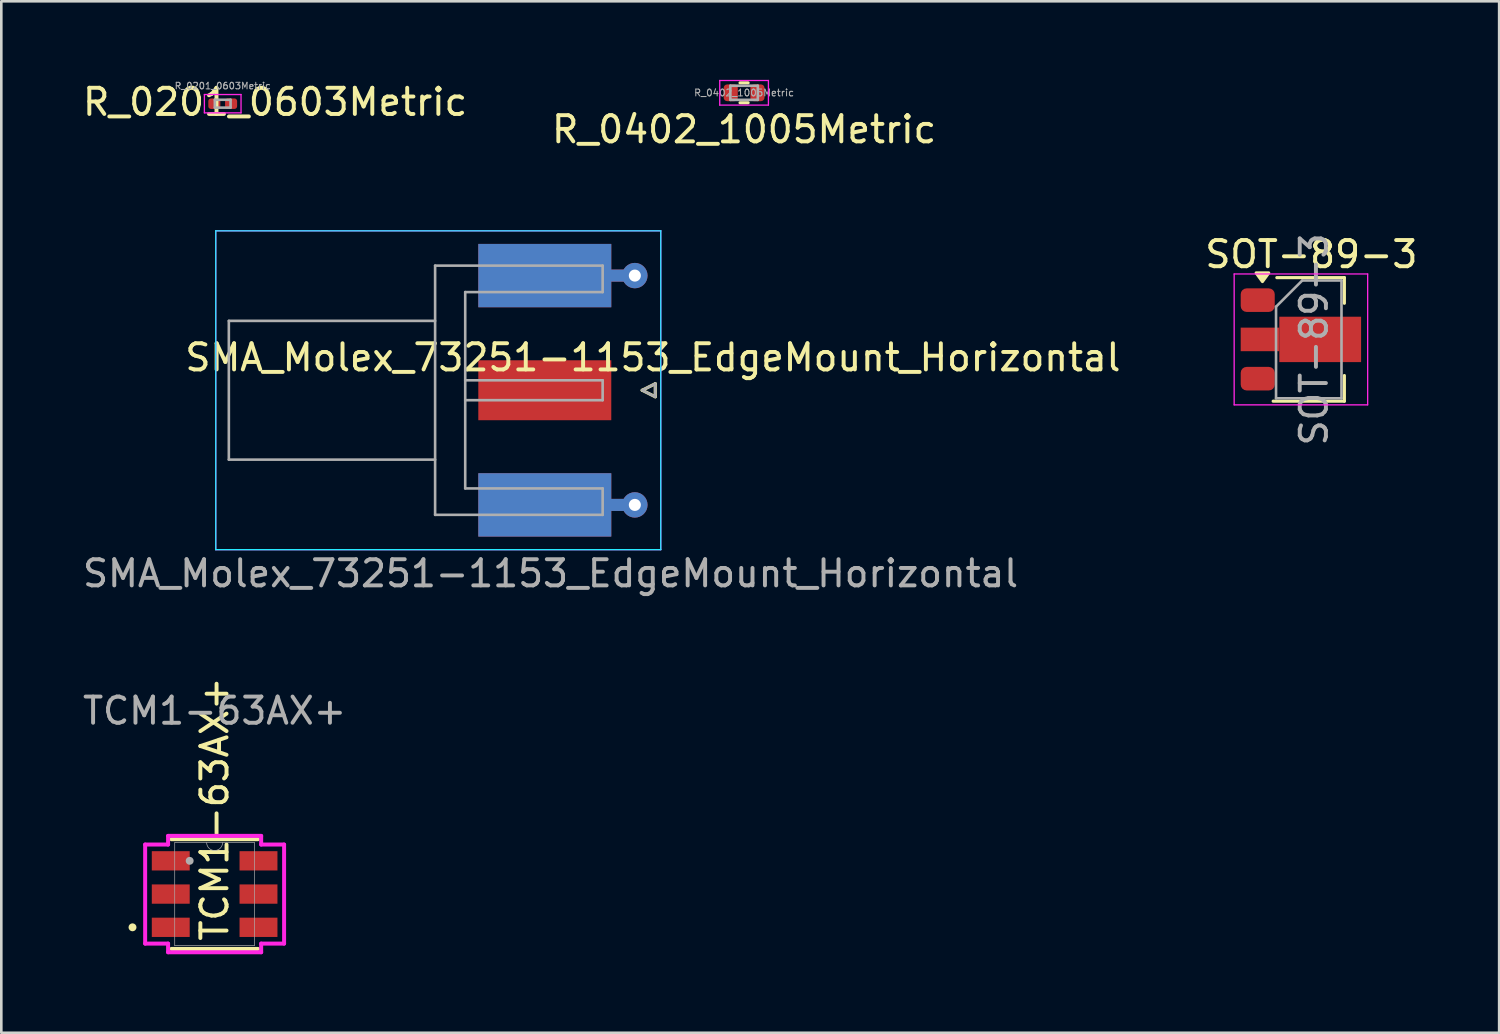
<source format=kicad_pcb>
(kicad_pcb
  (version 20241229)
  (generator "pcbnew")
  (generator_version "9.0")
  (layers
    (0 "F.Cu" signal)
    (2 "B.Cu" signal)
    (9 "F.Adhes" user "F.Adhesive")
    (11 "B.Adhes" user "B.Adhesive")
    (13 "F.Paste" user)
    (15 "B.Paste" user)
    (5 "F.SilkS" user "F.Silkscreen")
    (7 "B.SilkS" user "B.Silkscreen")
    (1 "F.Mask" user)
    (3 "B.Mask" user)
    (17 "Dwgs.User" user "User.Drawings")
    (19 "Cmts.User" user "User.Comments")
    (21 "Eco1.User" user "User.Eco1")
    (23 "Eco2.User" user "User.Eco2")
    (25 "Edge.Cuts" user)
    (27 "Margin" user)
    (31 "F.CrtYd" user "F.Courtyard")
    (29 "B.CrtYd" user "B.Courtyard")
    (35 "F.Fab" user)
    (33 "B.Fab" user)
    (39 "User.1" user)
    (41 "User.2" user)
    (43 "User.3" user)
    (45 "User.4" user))
  (footprint "R_0201_0603Metric"
    (layer "F.Cu")
    (at 5.458 0.911)
    (property "Reference" "R_0201_0603Metric" (at 2 -0.063 180) (layer "F.SilkS") (effects (font (size 1 1) (thickness 0.15))))
    (attr smd)
    (fp_line (start -0.7 -0.35) (end 0.7 -0.35) (stroke (width 0.05) (type solid)) (layer "F.CrtYd"))
    (fp_line (start -0.7 0.35) (end -0.7 -0.35) (stroke (width 0.05) (type solid)) (layer "F.CrtYd"))
    (fp_line (start 0.7 -0.35) (end 0.7 0.35) (stroke (width 0.05) (type solid)) (layer "F.CrtYd"))
    (fp_line (start 0.7 0.35) (end -0.7 0.35) (stroke (width 0.05) (type solid)) (layer "F.CrtYd"))
    (fp_line (start -0.3 -0.15) (end 0.3 -0.15) (stroke (width 0.1) (type solid)) (layer "F.Fab"))
    (fp_line (start -0.3 0.15) (end -0.3 -0.15) (stroke (width 0.1) (type solid)) (layer "F.Fab"))
    (fp_line (start 0.3 -0.15) (end 0.3 0.15) (stroke (width 0.1) (type solid)) (layer "F.Fab"))
    (fp_line (start 0.3 0.15) (end -0.3 0.15) (stroke (width 0.1) (type solid)) (layer "F.Fab"))
    (fp_text user "${REFERENCE}" (at 0 -0.68 180) (layer "F.Fab") (effects (font (size 0.25 0.25) (thickness 0.04))))
    (pad "" smd roundrect (at -0.345 0 180) (size 0.318 0.36) (layers "F.Paste") (roundrect_rratio 0.25))
    (pad "" smd roundrect (at 0.345 0 180) (size 0.318 0.36) (layers "F.Paste") (roundrect_rratio 0.25))
    (pad "1" smd roundrect (at -0.32 0 180) (size 0.46 0.4) (layers "F.Cu" "F.Mask") (roundrect_rratio 0.25))
    (pad "2" smd roundrect (at 0.32 0 180) (size 0.46 0.4) (layers "F.Cu" "F.Mask") (roundrect_rratio 0.25)))
  (footprint "R_0402_1005Metric"
    (layer "F.Cu")
    (at 25.375 0.495)
    (property "Reference" "R_0402_1005Metric" (at 0 1.4 180) (layer "F.SilkS") (effects (font (size 1 1) (thickness 0.15))))
    (attr smd)
    (fp_line (start -0.154 -0.38) (end 0.154 -0.38) (stroke (width 0.12) (type solid)) (layer "F.SilkS"))
    (fp_line (start -0.154 0.38) (end 0.154 0.38) (stroke (width 0.12) (type solid)) (layer "F.SilkS"))
    (fp_line (start -0.93 -0.47) (end 0.93 -0.47) (stroke (width 0.05) (type solid)) (layer "F.CrtYd"))
    (fp_line (start -0.93 0.47) (end -0.93 -0.47) (stroke (width 0.05) (type solid)) (layer "F.CrtYd"))
    (fp_line (start 0.93 -0.47) (end 0.93 0.47) (stroke (width 0.05) (type solid)) (layer "F.CrtYd"))
    (fp_line (start 0.93 0.47) (end -0.93 0.47) (stroke (width 0.05) (type solid)) (layer "F.CrtYd"))
    (fp_line (start -0.525 -0.27) (end 0.525 -0.27) (stroke (width 0.1) (type solid)) (layer "F.Fab"))
    (fp_line (start -0.525 0.27) (end -0.525 -0.27) (stroke (width 0.1) (type solid)) (layer "F.Fab"))
    (fp_line (start 0.525 -0.27) (end 0.525 0.27) (stroke (width 0.1) (type solid)) (layer "F.Fab"))
    (fp_line (start 0.525 0.27) (end -0.525 0.27) (stroke (width 0.1) (type solid)) (layer "F.Fab"))
    (fp_text user "${REFERENCE}" (at 0 0 180) (layer "F.Fab") (effects (font (size 0.26 0.26) (thickness 0.04))))
    (pad "1" smd roundrect (at -0.51 0 180) (size 0.54 0.64) (layers "F.Cu" "F.Mask" "F.Paste") (roundrect_rratio 0.25))
    (pad "2" smd roundrect (at 0.51 0 180) (size 0.54 0.64) (layers "F.Cu" "F.Mask" "F.Paste") (roundrect_rratio 0.25)))
  (footprint "SMA_Molex_73251-1153_EdgeMount_Horizontal"
    (layer "F.Cu")
    (at 19.482 11.858)
    (property "Reference" "SMA_Molex_73251-1153_EdgeMount_Horizontal" (at 2.41 -1.25 180) (layer "F.SilkS") (effects (font (size 1 1) (thickness 0.15))))
    (attr smd)
    (fp_line (start 2 0) (end 2.5 -0.25) (stroke (width 0.12) (type solid)) (layer "F.SilkS"))
    (fp_line (start 2.5 -0.25) (end 2.5 0.25) (stroke (width 0.12) (type solid)) (layer "F.SilkS"))
    (fp_line (start 2.5 0.25) (end 2 0) (stroke (width 0.12) (type solid)) (layer "F.SilkS"))
    (fp_line (start -14.29 -6.09) (end -14.29 6.09) (stroke (width 0.05) (type solid)) (layer "B.CrtYd"))
    (fp_line (start -14.29 -6.09) (end 2.71 -6.09) (stroke (width 0.05) (type solid)) (layer "B.CrtYd"))
    (fp_line (start -14.29 6.09) (end 2.71 6.09) (stroke (width 0.05) (type solid)) (layer "B.CrtYd"))
    (fp_line (start 2.71 -6.09) (end 2.71 6.09) (stroke (width 0.05) (type solid)) (layer "B.CrtYd"))
    (fp_line (start -14.29 -6.09) (end -14.29 6.09) (stroke (width 0.05) (type solid)) (layer "F.CrtYd"))
    (fp_line (start -14.29 6.09) (end 2.71 6.09) (stroke (width 0.05) (type solid)) (layer "F.CrtYd"))
    (fp_line (start 2.71 -6.09) (end -14.29 -6.09) (stroke (width 0.05) (type solid)) (layer "F.CrtYd"))
    (fp_line (start 2.71 -6.09) (end 2.71 6.09) (stroke (width 0.05) (type solid)) (layer "F.CrtYd"))
    (fp_line (start -13.79 -2.65) (end -13.79 2.65) (stroke (width 0.1) (type solid)) (layer "F.Fab"))
    (fp_line (start -13.79 -2.65) (end -5.91 -2.65) (stroke (width 0.1) (type solid)) (layer "F.Fab"))
    (fp_line (start -13.79 2.65) (end -5.91 2.65) (stroke (width 0.1) (type solid)) (layer "F.Fab"))
    (fp_line (start -5.91 -4.76) (end -5.91 4.76) (stroke (width 0.1) (type solid)) (layer "F.Fab"))
    (fp_line (start -5.91 4.76) (end 0.49 4.76) (stroke (width 0.1) (type solid)) (layer "F.Fab"))
    (fp_line (start -4.76 -3.75) (end -4.76 3.75) (stroke (width 0.1) (type solid)) (layer "F.Fab"))
    (fp_line (start -4.76 -3.75) (end 0.49 -3.75) (stroke (width 0.1) (type solid)) (layer "F.Fab"))
    (fp_line (start -4.76 -0.38) (end 0.49 -0.38) (stroke (width 0.1) (type solid)) (layer "F.Fab"))
    (fp_line (start -4.76 0.38) (end 0.49 0.38) (stroke (width 0.1) (type solid)) (layer "F.Fab"))
    (fp_line (start -4.76 3.75) (end 0.49 3.75) (stroke (width 0.1) (type solid)) (layer "F.Fab"))
    (fp_line (start 0.49 -4.76) (end -5.91 -4.76) (stroke (width 0.1) (type solid)) (layer "F.Fab"))
    (fp_line (start 0.49 -4.76) (end 0.49 -3.75) (stroke (width 0.1) (type solid)) (layer "F.Fab"))
    (fp_line (start 0.49 -0.38) (end 0.49 0.38) (stroke (width 0.1) (type solid)) (layer "F.Fab"))
    (fp_line (start 0.49 3.75) (end 0.49 4.76) (stroke (width 0.1) (type solid)) (layer "F.Fab"))
    (fp_line (start 2 0) (end 2.5 0.25) (stroke (width 0.1) (type solid)) (layer "F.Fab"))
    (fp_line (start 2.5 -0.25) (end 2 0) (stroke (width 0.1) (type solid)) (layer "F.Fab"))
    (fp_line (start 2.5 0.25) (end 2.5 -0.25) (stroke (width 0.1) (type solid)) (layer "F.Fab"))
    (fp_text user "${REFERENCE}" (at -1.5 7 180) (layer "F.Fab") (effects (font (size 1 1) (thickness 0.15))))
    (pad "1" smd rect (at -1.72 0) (size 5.08 2.29) (layers "F.Cu" "F.Mask" "F.Paste"))
    (pad "2" smd rect (at -1.72 -4.38) (size 5.08 2.42) (layers "F.Cu" "F.Mask" "F.Paste"))
    (pad "2" smd rect (at -1.72 -4.38) (size 5.08 2.42) (layers "B.Cu" "B.Mask" "B.Paste"))
    (pad "2" smd rect (at -1.72 4.38) (size 5.08 2.42) (layers "F.Cu" "F.Mask" "F.Paste"))
    (pad "2" smd rect (at -1.72 4.38) (size 5.08 2.42) (layers "B.Cu" "B.Mask" "B.Paste"))
    (pad "2" smd rect (at 1.27 -4.38) (size 0.95 0.46) (layers "F.Cu"))
    (pad "2" smd rect (at 1.27 -4.38) (size 0.95 0.46) (layers "B.Cu"))
    (pad "2" smd rect (at 1.27 4.38) (size 0.95 0.46) (layers "F.Cu"))
    (pad "2" smd rect (at 1.27 4.38) (size 0.95 0.46) (layers "B.Cu"))
    (pad "2" thru_hole circle (at 1.72 -4.38) (size 0.97 0.97) (drill 0.46) (layers "*.Cu"))
    (pad "2" thru_hole circle (at 1.72 4.38) (size 0.97 0.97) (drill 0.46) (layers "*.Cu")))
  (footprint "SOT-89-3"
    (layer "F.Cu")
    (at 46.947 9.916)
    (property "Reference" "SOT-89-3" (at 0.1 -3.25 180) (layer "F.SilkS") (effects (font (size 1 1) (thickness 0.15))))
    (attr smd)
    (fp_line (start -1.22 -2.36) (end 1.36 -2.36) (stroke (width 0.12) (type solid)) (layer "F.SilkS"))
    (fp_line (start 1.36 -1.38) (end 1.36 -2.36) (stroke (width 0.12) (type solid)) (layer "F.SilkS"))
    (fp_line (start 1.36 1.38) (end 1.36 2.36) (stroke (width 0.12) (type solid)) (layer "F.SilkS"))
    (fp_line (start 1.36 2.36) (end -1.36 2.36) (stroke (width 0.12) (type solid)) (layer "F.SilkS"))
    (fp_poly (pts (xy -1.77 -2.21) (xy -2.01 -2.54) (xy -1.53 -2.54) (xy -1.77 -2.21)) (stroke (width 0.12) (type solid)) (fill yes) (layer "F.SilkS"))
    (fp_line (start -2.85 2.5) (end -2.85 -2.5) (stroke (width 0.05) (type solid)) (layer "F.CrtYd"))
    (fp_line (start -2.85 2.5) (end 2.25 2.5) (stroke (width 0.05) (type solid)) (layer "F.CrtYd"))
    (fp_line (start 2.25 -2.5) (end -2.85 -2.5) (stroke (width 0.05) (type solid)) (layer "F.CrtYd"))
    (fp_line (start 2.25 -2.5) (end 2.25 2.5) (stroke (width 0.05) (type solid)) (layer "F.CrtYd"))
    (fp_line (start -1.25 -1.25) (end -0.25 -2.25) (stroke (width 0.1) (type solid)) (layer "F.Fab"))
    (fp_line (start -1.25 2.25) (end -1.25 -1.25) (stroke (width 0.1) (type solid)) (layer "F.Fab"))
    (fp_line (start -0.25 -2.25) (end 1.25 -2.25) (stroke (width 0.1) (type solid)) (layer "F.Fab"))
    (fp_line (start 1.25 -2.25) (end 1.25 2.25) (stroke (width 0.1) (type solid)) (layer "F.Fab"))
    (fp_line (start 1.25 2.25) (end -1.25 2.25) (stroke (width 0.1) (type solid)) (layer "F.Fab"))
    (fp_text user "${REFERENCE}" (at 0.2 0 90) (layer "F.Fab") (effects (font (size 1 1) (thickness 0.15))))
    (pad "1" smd roundrect (at -1.95 -1.5) (size 1.3 0.9) (layers "F.Cu" "F.Mask" "F.Paste") (roundrect_rratio 0.25))
    (pad "2" smd custom (at -1.863 0) (size 1.475 0.9) (layers "F.Cu" "F.Mask" "F.Paste") (options (anchor rect)) (primitives (gr_poly (pts (xy 3.862 0.867) (xy 0.738 0.867) (xy 0.738 -0.867) (xy 3.862 -0.867)) (width 0) (fill yes))))
    (pad "3" smd roundrect (at -1.95 1.5) (size 1.3 0.9) (layers "F.Cu" "F.Mask" "F.Paste") (roundrect_rratio 0.25)))
  (footprint "TCM1-63AX+"
    (layer "F.Cu")
    (at 5.149 31.105)
    (property "Reference" "TCM1-63AX+" (at 0 -3.25 90) (unlocked yes) (layer "F.SilkS") (effects (font (size 1 1) (thickness 0.15))))
    (attr smd)
    (fp_line (start -1.651 2.095) (end 1.651 2.095) (stroke (width 0.152) (type solid)) (layer "F.SilkS"))
    (fp_line (start 1.651 -2.095) (end -1.651 -2.095) (stroke (width 0.152) (type solid)) (layer "F.SilkS"))
    (fp_circle (center -3.137 1.27) (end -3.061 1.27) (stroke (width 0.152) (type solid)) (fill no) (layer "F.SilkS"))
    (fp_line (start -2.654 -1.892) (end -1.778 -1.892) (stroke (width 0.152) (type solid)) (layer "F.CrtYd"))
    (fp_line (start -2.654 1.892) (end -2.654 -1.892) (stroke (width 0.152) (type solid)) (layer "F.CrtYd"))
    (fp_line (start -2.654 1.892) (end -1.778 1.892) (stroke (width 0.152) (type solid)) (layer "F.CrtYd"))
    (fp_line (start -1.778 -2.223) (end 1.778 -2.223) (stroke (width 0.152) (type solid)) (layer "F.CrtYd"))
    (fp_line (start -1.778 -1.892) (end -1.778 -2.223) (stroke (width 0.152) (type solid)) (layer "F.CrtYd"))
    (fp_line (start -1.778 2.223) (end -1.778 1.892) (stroke (width 0.152) (type solid)) (layer "F.CrtYd"))
    (fp_line (start 1.778 -2.223) (end 1.778 -1.892) (stroke (width 0.152) (type solid)) (layer "F.CrtYd"))
    (fp_line (start 1.778 1.892) (end 1.778 2.223) (stroke (width 0.152) (type solid)) (layer "F.CrtYd"))
    (fp_line (start 1.778 2.223) (end -1.778 2.223) (stroke (width 0.152) (type solid)) (layer "F.CrtYd"))
    (fp_line (start 2.654 -1.892) (end 1.778 -1.892) (stroke (width 0.152) (type solid)) (layer "F.CrtYd"))
    (fp_line (start 2.654 -1.892) (end 2.654 1.892) (stroke (width 0.152) (type solid)) (layer "F.CrtYd"))
    (fp_line (start 2.654 1.892) (end 1.778 1.892) (stroke (width 0.152) (type solid)) (layer "F.CrtYd"))
    (fp_line (start -1.524 -1.968) (end -1.524 1.968) (stroke (width 0.025) (type solid)) (layer "F.Fab"))
    (fp_line (start -1.524 1.968) (end 1.524 1.968) (stroke (width 0.025) (type solid)) (layer "F.Fab"))
    (fp_line (start 1.524 -1.968) (end -1.524 -1.968) (stroke (width 0.025) (type solid)) (layer "F.Fab"))
    (fp_line (start 1.524 1.968) (end 1.524 -1.968) (stroke (width 0.025) (type solid)) (layer "F.Fab"))
    (fp_arc (start 0.3048 -1.9685) (mid 0 -1.6637) (end -0.3048 -1.9685) (stroke (width 0.0254) (type solid)) (layer "F.Fab"))
    (fp_circle (center -0.953 -1.27) (end -0.953 -1.27) (stroke (width 0.152) (type solid)) (fill no) (layer "F.Fab"))
    (fp_text user "${REFERENCE}" (at 0 -7 0) (unlocked yes) (layer "F.Fab") (effects (font (size 1 1) (thickness 0.15))))
    (pad "1" smd rect (at -1.676 1.27) (size 1.448 0.737) (layers "F.Cu" "F.Mask" "F.Paste"))
    (pad "2" smd rect (at -1.676 0) (size 1.448 0.737) (layers "F.Cu" "F.Mask" "F.Paste"))
    (pad "3" smd rect (at -1.676 -1.27) (size 1.448 0.737) (layers "F.Cu" "F.Mask" "F.Paste"))
    (pad "4" smd rect (at 1.676 -1.27) (size 1.448 0.737) (layers "F.Cu" "F.Mask" "F.Paste"))
    (pad "5" smd rect (at 1.676 0) (size 1.448 0.737) (layers "F.Cu" "F.Mask" "F.Paste"))
    (pad "6" smd rect (at 1.676 1.27) (size 1.448 0.737) (layers "F.Cu" "F.Mask" "F.Paste")))
  (gr_rect
    (start -3 -3)
    (end 54.22 36.404)
    (stroke (width 0.1) (type default))
    (fill no)
    (layer "Edge.Cuts")))
</source>
